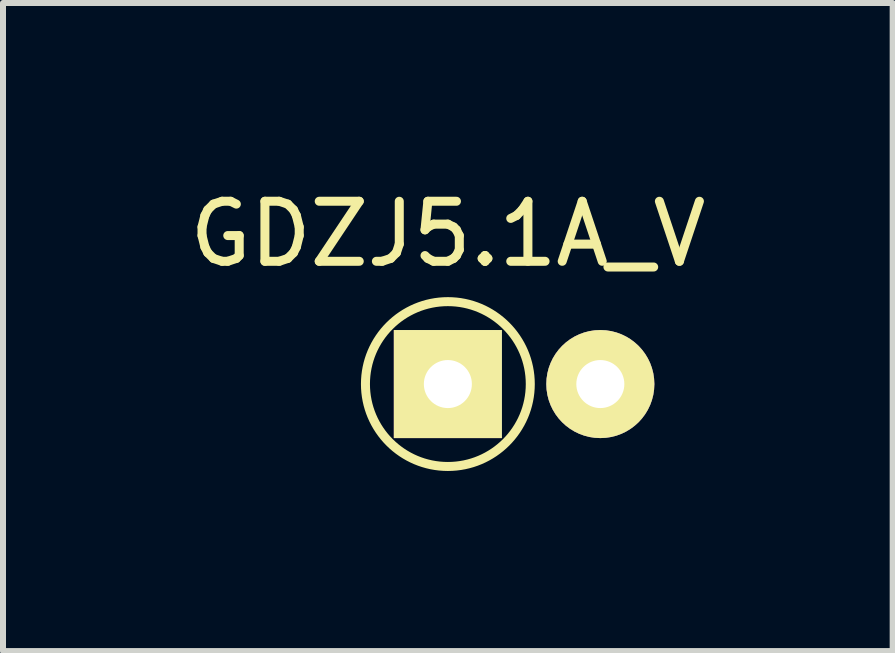
<source format=kicad_pcb>
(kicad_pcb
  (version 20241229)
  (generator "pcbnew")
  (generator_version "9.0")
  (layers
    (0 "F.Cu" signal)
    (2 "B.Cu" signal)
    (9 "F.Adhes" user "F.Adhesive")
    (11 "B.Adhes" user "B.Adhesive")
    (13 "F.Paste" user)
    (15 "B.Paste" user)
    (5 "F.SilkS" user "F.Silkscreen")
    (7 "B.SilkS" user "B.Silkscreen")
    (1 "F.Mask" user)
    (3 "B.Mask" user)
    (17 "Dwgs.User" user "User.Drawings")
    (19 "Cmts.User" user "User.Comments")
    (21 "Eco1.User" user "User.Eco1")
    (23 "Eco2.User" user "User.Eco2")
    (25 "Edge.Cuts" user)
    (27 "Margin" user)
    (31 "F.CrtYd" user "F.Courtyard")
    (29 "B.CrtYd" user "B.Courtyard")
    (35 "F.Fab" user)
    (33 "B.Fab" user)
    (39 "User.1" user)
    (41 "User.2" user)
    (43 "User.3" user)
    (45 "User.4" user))
  (footprint "GDZJ5.1A_V"
    (layer "F.Cu")
    (at 4.411 3.348)
    (property "Reference" "GDZJ5.1A_V" (at 0 -2.5 0) (layer "F.SilkS") (effects (font (size 1 1) (thickness 0.15))))
    (attr through_hole)
    (fp_circle (center 0 0) (end 0 -1.373) (stroke (width 0.15) (type solid)) (fill no) (layer "F.SilkS"))
    (pad "1" thru_hole rect (at 0 0) (size 1.8 1.8) (drill 0.8) (layers "*.Cu" "*.Mask" "F.SilkS"))
    (pad "2" thru_hole circle (at 2.54 0) (size 1.8 1.8) (drill 0.8) (layers "*.Cu" "*.Mask" "F.SilkS")))
  (gr_rect
    (start -3 -3)
    (end 11.821 7.796)
    (stroke (width 0.1) (type default))
    (fill no)
    (layer "Edge.Cuts")))
</source>
